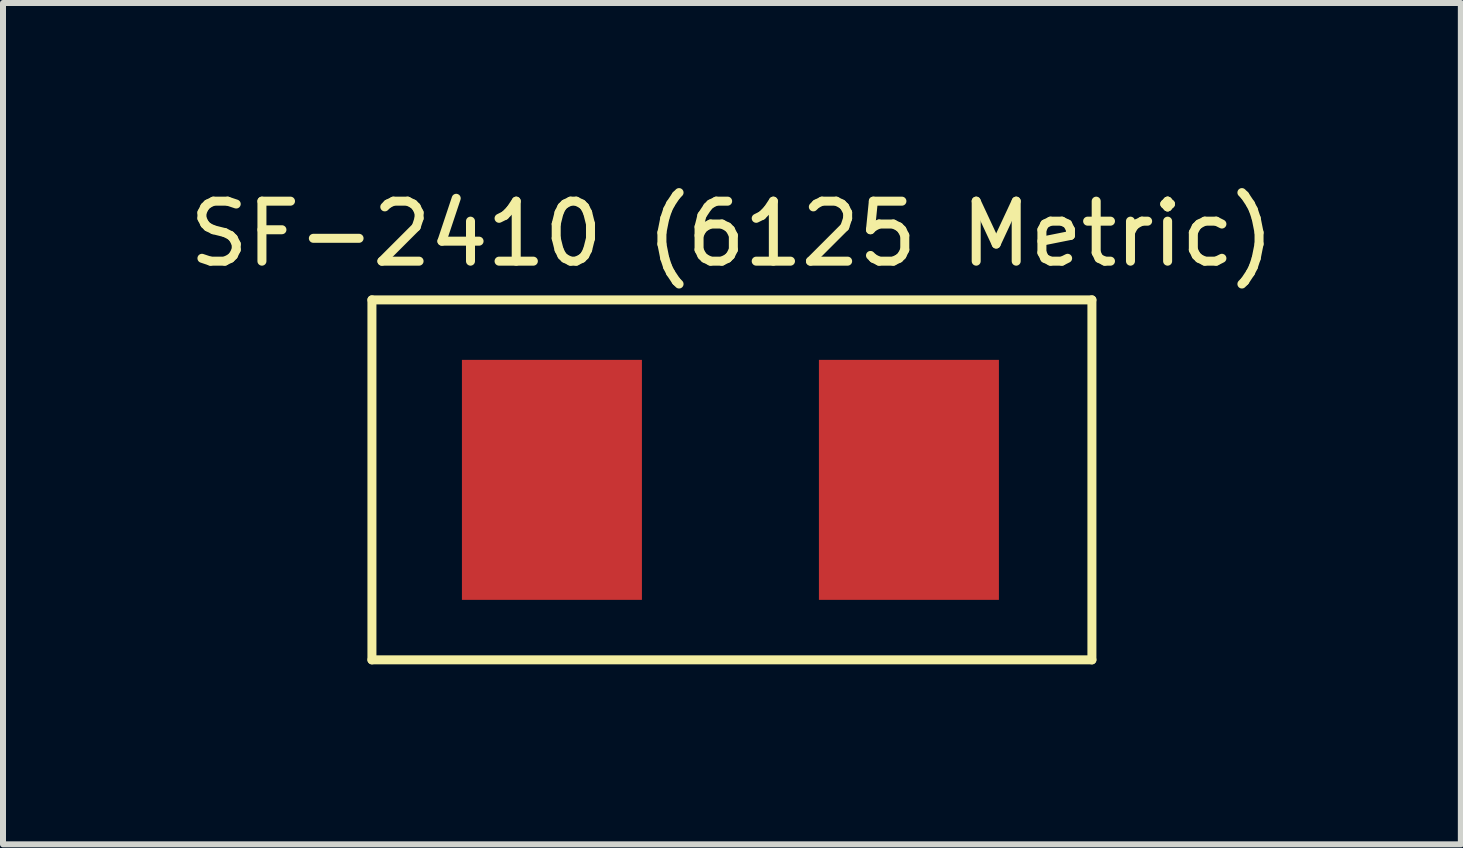
<source format=kicad_pcb>
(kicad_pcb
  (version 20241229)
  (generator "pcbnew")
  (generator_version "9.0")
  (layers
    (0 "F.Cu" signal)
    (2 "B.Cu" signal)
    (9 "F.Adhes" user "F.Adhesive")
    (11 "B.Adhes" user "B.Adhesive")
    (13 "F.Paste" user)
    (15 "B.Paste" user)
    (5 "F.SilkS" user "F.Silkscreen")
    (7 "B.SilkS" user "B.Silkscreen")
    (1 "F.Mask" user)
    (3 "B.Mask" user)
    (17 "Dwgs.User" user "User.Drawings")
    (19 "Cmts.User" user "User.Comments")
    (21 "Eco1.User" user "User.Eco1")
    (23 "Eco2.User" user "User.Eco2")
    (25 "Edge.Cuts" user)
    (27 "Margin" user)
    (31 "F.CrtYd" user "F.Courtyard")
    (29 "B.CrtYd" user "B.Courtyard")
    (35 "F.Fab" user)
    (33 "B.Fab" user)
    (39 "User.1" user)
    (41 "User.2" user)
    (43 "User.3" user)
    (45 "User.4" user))
  (footprint "SF-2410 (6125 Metric)"
    (layer "F.Cu")
    (at 6.149 4.948)
    (property "Reference" "SF-2410 (6125 Metric)" (at 3 -4.1 0) (layer "F.SilkS") (effects (font (size 1 1) (thickness 0.15))))
    (attr through_hole)
    (fp_line (start -3 -3) (end 9 -3) (stroke (width 0.15) (type solid)) (layer "F.SilkS"))
    (fp_line (start -3 3) (end -3 -3) (stroke (width 0.15) (type solid)) (layer "F.SilkS"))
    (fp_line (start 9 -3) (end 9 3) (stroke (width 0.15) (type solid)) (layer "F.SilkS"))
    (fp_line (start 9 3) (end -3 3) (stroke (width 0.15) (type solid)) (layer "F.SilkS"))
    (pad "1" smd rect (at 0 0) (size 3 4) (layers "F.Cu" "F.Mask" "F.Paste"))
    (pad "2" smd rect (at 5.95 0) (size 3 4) (layers "F.Cu" "F.Mask" "F.Paste")))
  (gr_rect
    (start -3 -3)
    (end 21.298 11.023)
    (stroke (width 0.1) (type default))
    (fill no)
    (layer "Edge.Cuts")))
</source>
